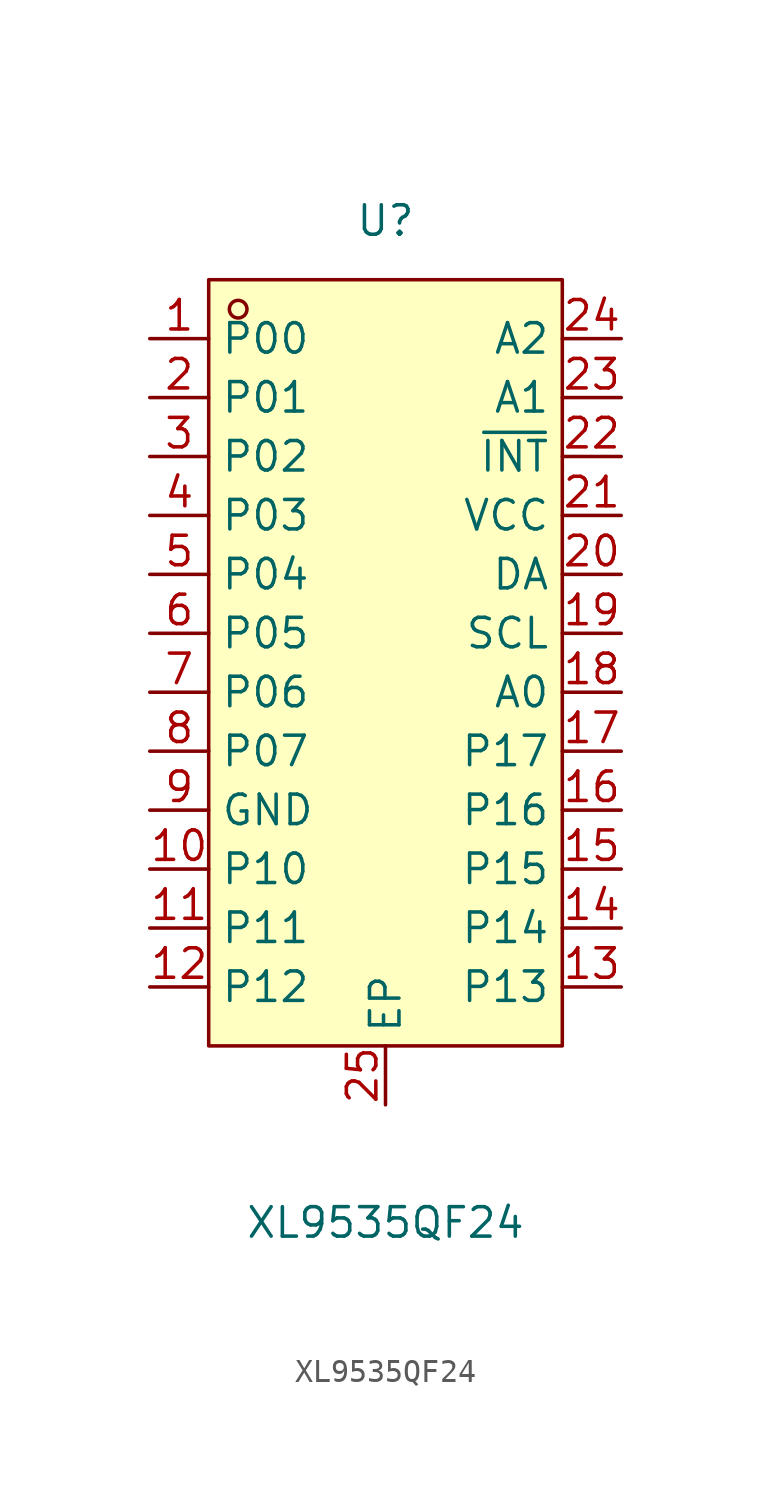
<source format=kicad_sym>
(kicad_symbol_lib
  (version 20211014)
  (generator https://github.com/uPesy/easyeda2kicad.py)
  (symbol "XL9535QF24"
    (property "Reference" "U"
      (at 0 19.05 0)
      (effects (font (size 1.27 1.27))))
    (property "Value" "XL9535QF24"
      (at 0 -24.13 0)
      (effects (font (size 1.27 1.27))))
    (symbol "XL9535QF24_0_1"
      (rectangle (start -7.62 16.51) (end 7.62 -16.51) (stroke (width 0) (type default) (color 0 0 0 0)) (fill (type background)))
      (circle (center -6.35 15.24) (radius 0.38) (stroke (width 0) (type default) (color 0 0 0 0)) (fill (type none)))
      (pin unspecified line (at -10.16 13.97 0) (length 2.54) (name "P00" (effects (font (size 1.27 1.27)))) (number "1" (effects (font (size 1.27 1.27)))))
      (pin unspecified line (at -10.16 11.43 0) (length 2.54) (name "P01" (effects (font (size 1.27 1.27)))) (number "2" (effects (font (size 1.27 1.27)))))
      (pin unspecified line (at -10.16 8.89 0) (length 2.54) (name "P02" (effects (font (size 1.27 1.27)))) (number "3" (effects (font (size 1.27 1.27)))))
      (pin unspecified line (at -10.16 6.35 0) (length 2.54) (name "P03" (effects (font (size 1.27 1.27)))) (number "4" (effects (font (size 1.27 1.27)))))
      (pin unspecified line (at -10.16 3.81 0) (length 2.54) (name "P04" (effects (font (size 1.27 1.27)))) (number "5" (effects (font (size 1.27 1.27)))))
      (pin unspecified line (at -10.16 1.27 0) (length 2.54) (name "P05" (effects (font (size 1.27 1.27)))) (number "6" (effects (font (size 1.27 1.27)))))
      (pin unspecified line (at -10.16 -1.27 0) (length 2.54) (name "P06" (effects (font (size 1.27 1.27)))) (number "7" (effects (font (size 1.27 1.27)))))
      (pin unspecified line (at -10.16 -3.81 0) (length 2.54) (name "P07" (effects (font (size 1.27 1.27)))) (number "8" (effects (font (size 1.27 1.27)))))
      (pin unspecified line (at -10.16 -6.35 0) (length 2.54) (name "GND" (effects (font (size 1.27 1.27)))) (number "9" (effects (font (size 1.27 1.27)))))
      (pin unspecified line (at -10.16 -8.89 0) (length 2.54) (name "P10" (effects (font (size 1.27 1.27)))) (number "10" (effects (font (size 1.27 1.27)))))
      (pin unspecified line (at -10.16 -11.43 0) (length 2.54) (name "P11" (effects (font (size 1.27 1.27)))) (number "11" (effects (font (size 1.27 1.27)))))
      (pin unspecified line (at -10.16 -13.97 0) (length 2.54) (name "P12" (effects (font (size 1.27 1.27)))) (number "12" (effects (font (size 1.27 1.27)))))
      (pin unspecified line (at 10.16 -13.97 180) (length 2.54) (name "P13" (effects (font (size 1.27 1.27)))) (number "13" (effects (font (size 1.27 1.27)))))
      (pin unspecified line (at 10.16 -11.43 180) (length 2.54) (name "P14" (effects (font (size 1.27 1.27)))) (number "14" (effects (font (size 1.27 1.27)))))
      (pin unspecified line (at 10.16 -8.89 180) (length 2.54) (name "P15" (effects (font (size 1.27 1.27)))) (number "15" (effects (font (size 1.27 1.27)))))
      (pin unspecified line (at 10.16 -6.35 180) (length 2.54) (name "P16" (effects (font (size 1.27 1.27)))) (number "16" (effects (font (size 1.27 1.27)))))
      (pin unspecified line (at 10.16 -3.81 180) (length 2.54) (name "P17" (effects (font (size 1.27 1.27)))) (number "17" (effects (font (size 1.27 1.27)))))
      (pin unspecified line (at 10.16 -1.27 180) (length 2.54) (name "A0" (effects (font (size 1.27 1.27)))) (number "18" (effects (font (size 1.27 1.27)))))
      (pin unspecified line (at 10.16 1.27 180) (length 2.54) (name "SCL" (effects (font (size 1.27 1.27)))) (number "19" (effects (font (size 1.27 1.27)))))
      (pin unspecified line (at 10.16 3.81 180) (length 2.54) (name "DA" (effects (font (size 1.27 1.27)))) (number "20" (effects (font (size 1.27 1.27)))))
      (pin unspecified line (at 10.16 6.35 180) (length 2.54) (name "VCC" (effects (font (size 1.27 1.27)))) (number "21" (effects (font (size 1.27 1.27)))))
      (pin unspecified line (at 10.16 8.89 180) (length 2.54) (name "~{INT}" (effects (font (size 1.27 1.27)))) (number "22" (effects (font (size 1.27 1.27)))))
      (pin unspecified line (at 10.16 11.43 180) (length 2.54) (name "A1" (effects (font (size 1.27 1.27)))) (number "23" (effects (font (size 1.27 1.27)))))
      (pin unspecified line (at 10.16 13.97 180) (length 2.54) (name "A2" (effects (font (size 1.27 1.27)))) (number "24" (effects (font (size 1.27 1.27)))))
      (pin unspecified line (at 0.00 -19.05 90) (length 2.54) (name "EP" (effects (font (size 1.27 1.27)))) (number "25" (effects (font (size 1.27 1.27))))))))
</source>
